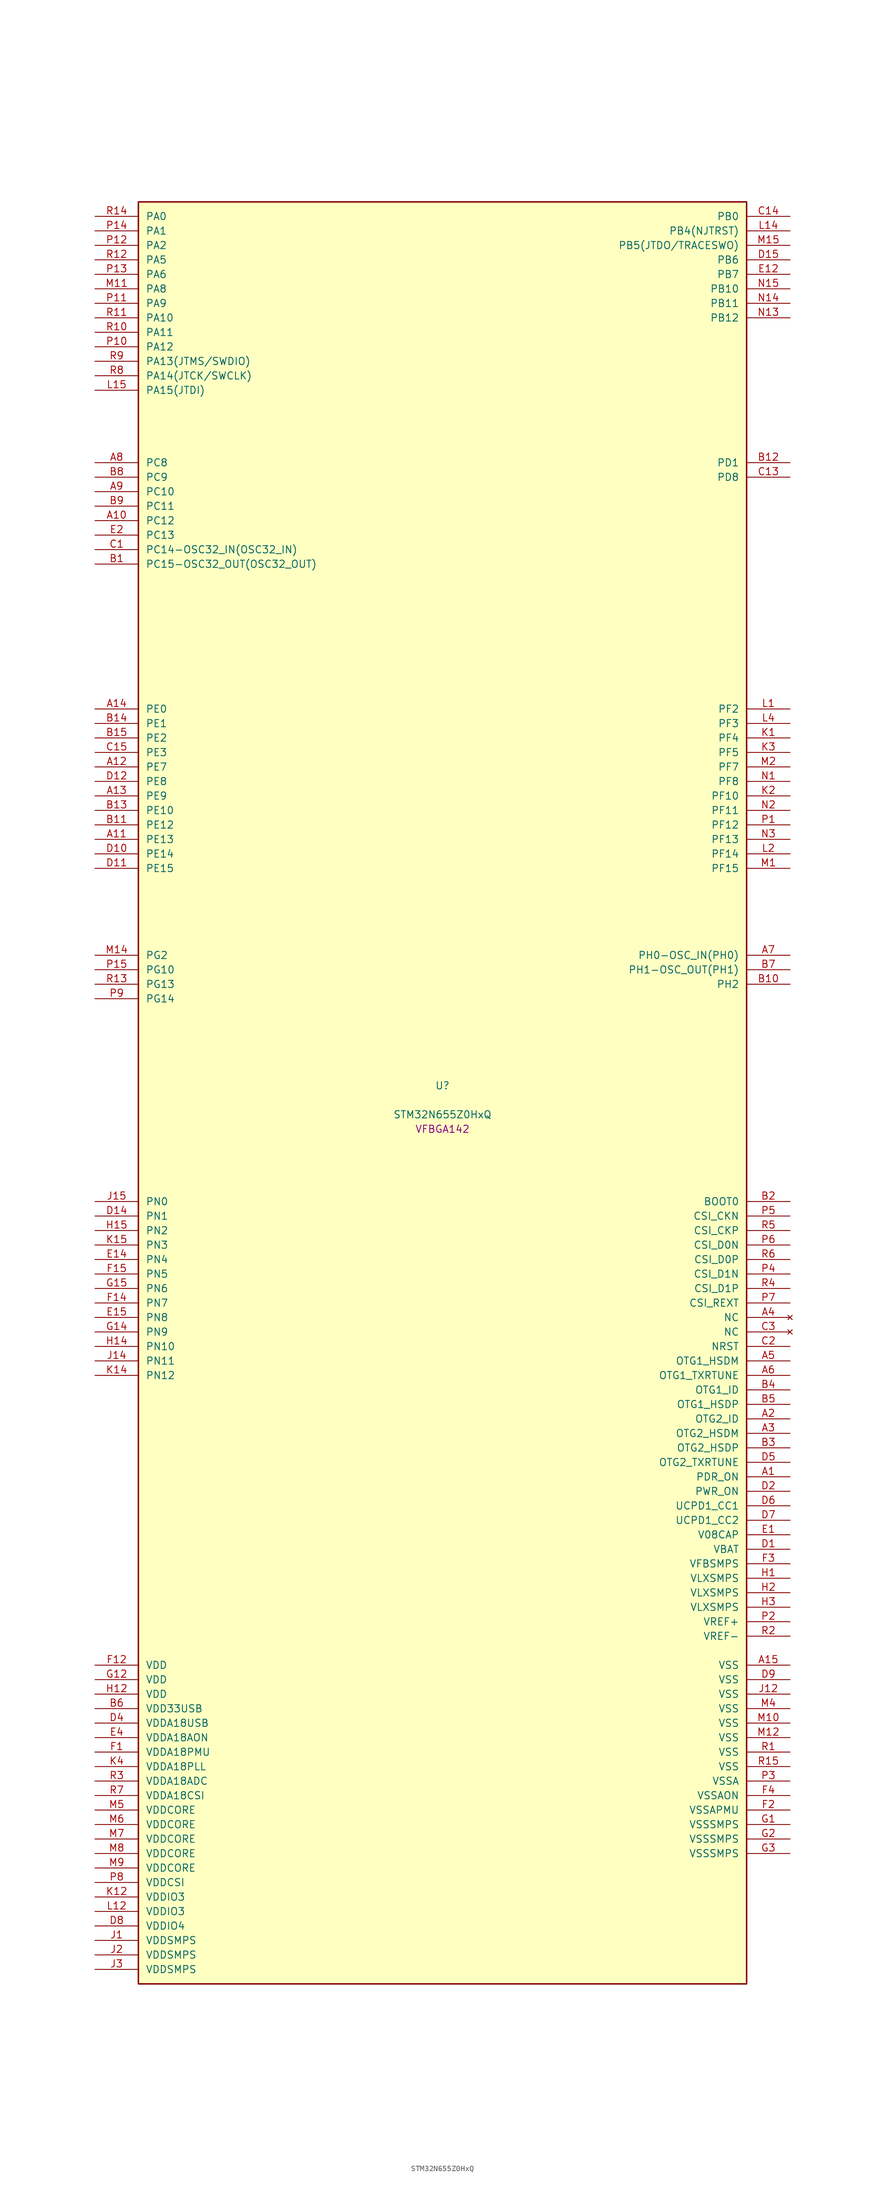
<source format=kicad_sym>
(kicad_symbol_lib
  (version 20241209)
  (generator "stm32_pkl_generator")
  (generator_version "1.0")
  (symbol "STM32N655Z0HxQ"
    (pin_names
      (offset 1.27))
    (property "Reference" "U"
      (at 0 2.54 0))
    (property "Value" "STM32N655Z0HxQ"
      (at 0 -2.54 0))
    (property "Footprint" "VFBGA142"
      (at 0 -5.08 0))
    (symbol "STM32N655Z0HxQ_1_1"
      (rectangle (start -53.34 157.48) (end 53.34 -154.94) (stroke (width 0.254) (type solid)) (fill (type background)))
      (pin bidirectional line (at -60.96 154.94 0) (length 7.62) (name "PA0") (number "R14") (alternate "PA0/ADC1_INN1" bidirectional line) (alternate "PA0/ADC1_INP0" bidirectional line) (alternate "PA0/ADC2_INN1" bidirectional line) (alternate "PA0/ADC2_INP0" bidirectional line) (alternate "PA0/HDP_HDP0" bidirectional line) (alternate "PA0/I2S6_WS" bidirectional line) (alternate "PA0/LTDC_G3" bidirectional line) (alternate "PA0/PWR_WKUP1" bidirectional line) (alternate "PA0/SAI2_SD_B" bidirectional line) (alternate "PA0/SPI6_NSS" bidirectional line) (alternate "PA0/TIM15_BKIN" bidirectional line) (alternate "PA0/TIM2_CH1" bidirectional line) (alternate "PA0/TIM9_CH1" bidirectional line) (alternate "PA0/UART4_TX" bidirectional line))
      (pin bidirectional line (at -60.96 152.4 0) (length 7.62) (name "PA1") (number "P14") (alternate "PA1/ADC1_INP1" bidirectional line) (alternate "PA1/ADC2_INP1" bidirectional line) (alternate "PA1/DCMIPP_D0" bidirectional line) (alternate "PA1/DCMI_D0" bidirectional line) (alternate "PA1/HDP_HDP1" bidirectional line) (alternate "PA1/LTDC_G2" bidirectional line) (alternate "PA1/PSSI_D0" bidirectional line) (alternate "PA1/SAI2_MCLK_B" bidirectional line) (alternate "PA1/TIM15_CH1N" bidirectional line) (alternate "PA1/TIM2_CH2" bidirectional line) (alternate "PA1/UART4_RX" bidirectional line))
      (pin bidirectional line (at -60.96 149.86 0) (length 7.62) (name "PA2") (number "P12") (alternate "PA2/ADC1_INP14" bidirectional line) (alternate "PA2/ADC2_INP14" bidirectional line) (alternate "PA2/HDP_HDP2" bidirectional line) (alternate "PA2/LTDC_B7" bidirectional line) (alternate "PA2/MDIOS_MDIO" bidirectional line) (alternate "PA2/PWR_WKUP2" bidirectional line) (alternate "PA2/SAI2_SCK_B" bidirectional line) (alternate "PA2/TIM15_CH1" bidirectional line) (alternate "PA2/TIM2_CH3" bidirectional line))
      (pin bidirectional line (at -60.96 147.32 0) (length 7.62) (name "PA5") (number "R12") (alternate "PA5/ADC2_INP18" bidirectional line) (alternate "PA5/DCMIPP_D8" bidirectional line) (alternate "PA5/DCMI_D8" bidirectional line) (alternate "PA5/HDP_HDP5" bidirectional line) (alternate "PA5/I2S1_CK" bidirectional line) (alternate "PA5/I2S6_CK" bidirectional line) (alternate "PA5/I3C1_SCL" bidirectional line) (alternate "PA5/LTDC_CLK" bidirectional line) (alternate "PA5/PSSI_D8" bidirectional line) (alternate "PA5/PWR_CSTOP" bidirectional line) (alternate "PA5/SPI1_SCK" bidirectional line) (alternate "PA5/SPI6_SCK" bidirectional line) (alternate "PA5/TIM10_CH1" bidirectional line) (alternate "PA5/TIM2_CH1" bidirectional line) (alternate "PA5/TIM2_ETR" bidirectional line) (alternate "PA5/TIM9_CH2" bidirectional line))
      (pin bidirectional line (at -60.96 144.78 0) (length 7.62) (name "PA6") (number "P13") (alternate "PA6/ADC1_INP3" bidirectional line) (alternate "PA6/ADC2_INP3" bidirectional line) (alternate "PA6/BOOT1" bidirectional line) (alternate "PA6/DCMIPP_PIXCLK" bidirectional line) (alternate "PA6/DCMI_PIXCLK" bidirectional line) (alternate "PA6/HDP_HDP6" bidirectional line) (alternate "PA6/I2S1_SDI" bidirectional line) (alternate "PA6/I2S6_SDI" bidirectional line) (alternate "PA6/I3C1_SDA" bidirectional line) (alternate "PA6/LTDC_B7" bidirectional line) (alternate "PA6/LTDC_HSYNC" bidirectional line) (alternate "PA6/MDIOS_MDC" bidirectional line) (alternate "PA6/PSSI_PDCK" bidirectional line) (alternate "PA6/SPI1_MISO" bidirectional line) (alternate "PA6/SPI6_MISO" bidirectional line) (alternate "PA6/TIM13_CH1" bidirectional line) (alternate "PA6/TIM3_CH1" bidirectional line))
      (pin bidirectional line (at -60.96 142.24 0) (length 7.62) (name "PA8") (number "M11") (alternate "PA8/ADC1_INP5" bidirectional line) (alternate "PA8/ADC2_INP5" bidirectional line) (alternate "PA8/HDP_HDP0" bidirectional line) (alternate "PA8/I2C3_SCL" bidirectional line) (alternate "PA8/I3C2_SCL" bidirectional line) (alternate "PA8/LTDC_B6" bidirectional line) (alternate "PA8/RCC_MCO_1" bidirectional line) (alternate "PA8/TIM11_CH1" bidirectional line) (alternate "PA8/UART7_RX" bidirectional line) (alternate "PA8/USART1_CK" bidirectional line))
      (pin bidirectional line (at -60.96 139.7 0) (length 7.62) (name "PA9") (number "P11") (alternate "PA9/ADC1_INP10" bidirectional line) (alternate "PA9/ADC2_INP10" bidirectional line) (alternate "PA9/DCMIPP_D0" bidirectional line) (alternate "PA9/DCMI_D0" bidirectional line) (alternate "PA9/HDP_HDP1" bidirectional line) (alternate "PA9/I2C3_SDA" bidirectional line) (alternate "PA9/I3C2_SDA" bidirectional line) (alternate "PA9/LPUART1_TX" bidirectional line) (alternate "PA9/LTDC_B5" bidirectional line) (alternate "PA9/PSSI_D0" bidirectional line) (alternate "PA9/USART1_TX" bidirectional line))
      (pin bidirectional line (at -60.96 137.16 0) (length 7.62) (name "PA10") (number "R11") (alternate "PA10/ADC1_INN10" bidirectional line) (alternate "PA10/ADC1_INP11" bidirectional line) (alternate "PA10/ADC2_INN10" bidirectional line) (alternate "PA10/ADC2_INP11" bidirectional line) (alternate "PA10/DCMIPP_D1" bidirectional line) (alternate "PA10/DCMI_D1" bidirectional line) (alternate "PA10/HDP_HDP2" bidirectional line) (alternate "PA10/LPUART1_RX" bidirectional line) (alternate "PA10/LTDC_B4" bidirectional line) (alternate "PA10/MDIOS_MDIO" bidirectional line) (alternate "PA10/PSSI_D1" bidirectional line) (alternate "PA10/PWR_CSLEEP" bidirectional line) (alternate "PA10/USART1_RX" bidirectional line))
      (pin bidirectional line (at -60.96 134.62 0) (length 7.62) (name "PA11") (number "R10") (alternate "PA11/ADC1_EXTI11" bidirectional line) (alternate "PA11/ADC1_INN11" bidirectional line) (alternate "PA11/ADC1_INP12" bidirectional line) (alternate "PA11/ADC2_EXTI11" bidirectional line) (alternate "PA11/ADC2_INN11" bidirectional line) (alternate "PA11/ADC2_INP12" bidirectional line) (alternate "PA11/FDCAN1_RX" bidirectional line) (alternate "PA11/HDP_HDP3" bidirectional line) (alternate "PA11/LPUART1_CTS" bidirectional line) (alternate "PA11/LTDC_B3" bidirectional line) (alternate "PA11/UART4_RX" bidirectional line) (alternate "PA11/USART1_CTS" bidirectional line) (alternate "PA11/USART1_NSS" bidirectional line))
      (pin bidirectional line (at -60.96 132.08 0) (length 7.62) (name "PA12") (number "P10") (alternate "PA12/ADC1_INN12" bidirectional line) (alternate "PA12/ADC1_INP13" bidirectional line) (alternate "PA12/ADC2_INN12" bidirectional line) (alternate "PA12/ADC2_INP13" bidirectional line) (alternate "PA12/FDCAN1_TX" bidirectional line) (alternate "PA12/HDP_HDP4" bidirectional line) (alternate "PA12/LPUART1_RTS" bidirectional line) (alternate "PA12/LTDC_B2" bidirectional line) (alternate "PA12/SAI2_FS_B" bidirectional line) (alternate "PA12/UART4_TX" bidirectional line) (alternate "PA12/USART1_RTS" bidirectional line))
      (pin bidirectional line (at -60.96 129.54 0) (length 7.62) (name "PA13(JTMS/SWDIO)") (number "R9") (alternate "PA13(JTMS/SWDIO)/DEBUG_JTMS-SWDIO" bidirectional line) (alternate "PA13(JTMS/SWDIO)/HDP_HDP5" bidirectional line))
      (pin bidirectional line (at -60.96 127 0) (length 7.62) (name "PA14(JTCK/SWCLK)") (number "R8") (alternate "PA14(JTCK/SWCLK)/DEBUG_JTCK-SWCLK" bidirectional line) (alternate "PA14(JTCK/SWCLK)/HDP_HDP6" bidirectional line))
      (pin bidirectional line (at -60.96 124.46 0) (length 7.62) (name "PA15(JTDI)") (number "L15") (alternate "PA15(JTDI)/ADC1_EXTI15" bidirectional line) (alternate "PA15(JTDI)/ADC2_EXTI15" bidirectional line) (alternate "PA15(JTDI)/DEBUG_JTDI" bidirectional line) (alternate "PA15(JTDI)/HDP_HDP7" bidirectional line) (alternate "PA15(JTDI)/I2S1_WS" bidirectional line) (alternate "PA15(JTDI)/I2S3_WS" bidirectional line) (alternate "PA15(JTDI)/I2S6_WS" bidirectional line) (alternate "PA15(JTDI)/LTDC_R5" bidirectional line) (alternate "PA15(JTDI)/SPI1_NSS" bidirectional line) (alternate "PA15(JTDI)/SPI3_NSS" bidirectional line) (alternate "PA15(JTDI)/SPI6_NSS" bidirectional line) (alternate "PA15(JTDI)/TIM2_CH1" bidirectional line) (alternate "PA15(JTDI)/TIM2_ETR" bidirectional line) (alternate "PA15(JTDI)/UART4_DE" bidirectional line) (alternate "PA15(JTDI)/UART4_RTS" bidirectional line) (alternate "PA15(JTDI)/UART7_TX" bidirectional line))
      (pin bidirectional line (at 60.96 154.94 180) (length 7.62) (name "PB0") (number "C14") (alternate "PB0/ADF1_SDI0" bidirectional line) (alternate "PB0/DCMIPP_D4" bidirectional line) (alternate "PB0/DCMI_D4" bidirectional line) (alternate "PB0/DEBUG_TRACED1" bidirectional line) (alternate "PB0/MDF1_SDI2" bidirectional line) (alternate "PB0/PSSI_D4" bidirectional line) (alternate "PB0/SAI1_D2" bidirectional line) (alternate "PB0/SAI1_FS_A" bidirectional line) (alternate "PB0/SPI4_NSS" bidirectional line) (alternate "PB0/TIM15_CH1N" bidirectional line))
      (pin bidirectional line (at 60.96 152.4 180) (length 7.62) (name "PB4(NJTRST)") (number "L14") (alternate "PB4(NJTRST)/DCMIPP_VSYNC" bidirectional line) (alternate "PB4(NJTRST)/DCMI_VSYNC" bidirectional line) (alternate "PB4(NJTRST)/DEBUG_NJTRST" bidirectional line) (alternate "PB4(NJTRST)/HDP_HDP4" bidirectional line) (alternate "PB4(NJTRST)/I2S1_SDI" bidirectional line) (alternate "PB4(NJTRST)/I2S3_SDI" bidirectional line) (alternate "PB4(NJTRST)/I2S6_SDI" bidirectional line) (alternate "PB4(NJTRST)/LTDC_R3" bidirectional line) (alternate "PB4(NJTRST)/PSSI_RDY" bidirectional line) (alternate "PB4(NJTRST)/SPI1_MISO" bidirectional line) (alternate "PB4(NJTRST)/SPI3_MISO" bidirectional line) (alternate "PB4(NJTRST)/SPI6_MISO" bidirectional line) (alternate "PB4(NJTRST)/TIM3_CH1" bidirectional line) (alternate "PB4(NJTRST)/UART7_TX" bidirectional line))
      (pin bidirectional line (at 60.96 149.86 180) (length 7.62) (name "PB5(JTDO/TRACESWO)") (number "M15") (alternate "PB5(JTDO/TRACESWO)/DCMIPP_D10" bidirectional line) (alternate "PB5(JTDO/TRACESWO)/DCMI_D10" bidirectional line) (alternate "PB5(JTDO/TRACESWO)/DEBUG_JTDO-SWO" bidirectional line) (alternate "PB5(JTDO/TRACESWO)/FDCAN2_RX" bidirectional line) (alternate "PB5(JTDO/TRACESWO)/HDP_HDP5" bidirectional line) (alternate "PB5(JTDO/TRACESWO)/I2S1_SDO" bidirectional line) (alternate "PB5(JTDO/TRACESWO)/I2S3_SDO" bidirectional line) (alternate "PB5(JTDO/TRACESWO)/I2S6_SDO" bidirectional line) (alternate "PB5(JTDO/TRACESWO)/LTDC_R2" bidirectional line) (alternate "PB5(JTDO/TRACESWO)/PSSI_D10" bidirectional line) (alternate "PB5(JTDO/TRACESWO)/SPI1_MOSI" bidirectional line) (alternate "PB5(JTDO/TRACESWO)/SPI3_MOSI" bidirectional line) (alternate "PB5(JTDO/TRACESWO)/SPI6_MOSI" bidirectional line) (alternate "PB5(JTDO/TRACESWO)/TIM3_CH2" bidirectional line) (alternate "PB5(JTDO/TRACESWO)/UART5_RX" bidirectional line))
      (pin bidirectional line (at 60.96 147.32 180) (length 7.62) (name "PB6") (number "D15") (alternate "PB6/ADF1_CCK1" bidirectional line) (alternate "PB6/DCMIPP_D6" bidirectional line) (alternate "PB6/DCMI_D6" bidirectional line) (alternate "PB6/DEBUG_TRACED2" bidirectional line) (alternate "PB6/MDF1_CCK1" bidirectional line) (alternate "PB6/PSSI_D6" bidirectional line) (alternate "PB6/SAI1_CK2" bidirectional line) (alternate "PB6/SAI1_SCK_A" bidirectional line) (alternate "PB6/SPI4_MISO" bidirectional line) (alternate "PB6/TIM15_CH1" bidirectional line))
      (pin bidirectional line (at 60.96 144.78 180) (length 7.62) (name "PB7") (number "E12") (alternate "PB7/ADF1_SDI0" bidirectional line) (alternate "PB7/DCMIPP_D7" bidirectional line) (alternate "PB7/DCMI_D7" bidirectional line) (alternate "PB7/DEBUG_TRACED3" bidirectional line) (alternate "PB7/MDF1_SDI1" bidirectional line) (alternate "PB7/PSSI_D7" bidirectional line) (alternate "PB7/SAI1_D1" bidirectional line) (alternate "PB7/SAI1_SD_A" bidirectional line) (alternate "PB7/SAI2_MCLK_B" bidirectional line) (alternate "PB7/SPI4_MOSI" bidirectional line) (alternate "PB7/TIM15_CH2" bidirectional line))
      (pin bidirectional line (at 60.96 142.24 180) (length 7.62) (name "PB10") (number "N15") (alternate "PB10/ADC1_INN4" bidirectional line) (alternate "PB10/ADC1_INP8" bidirectional line) (alternate "PB10/ADC2_INN4" bidirectional line) (alternate "PB10/ADC2_INP8" bidirectional line) (alternate "PB10/HDP_HDP2" bidirectional line) (alternate "PB10/I2C2_SCL" bidirectional line) (alternate "PB10/I3C2_SCL" bidirectional line) (alternate "PB10/LPTIM2_IN1" bidirectional line) (alternate "PB10/LTDC_G7" bidirectional line) (alternate "PB10/TIM2_CH3" bidirectional line) (alternate "PB10/USART3_TX" bidirectional line))
      (pin bidirectional line (at 60.96 139.7 180) (length 7.62) (name "PB11") (number "N14") (alternate "PB11/ADC1_EXTI11" bidirectional line) (alternate "PB11/ADC1_INP4" bidirectional line) (alternate "PB11/ADC2_EXTI11" bidirectional line) (alternate "PB11/ADC2_INP4" bidirectional line) (alternate "PB11/HDP_HDP3" bidirectional line) (alternate "PB11/I2C2_SDA" bidirectional line) (alternate "PB11/I3C2_SDA" bidirectional line) (alternate "PB11/LPTIM2_ETR" bidirectional line) (alternate "PB11/LTDC_G6" bidirectional line) (alternate "PB11/TIM2_CH4" bidirectional line) (alternate "PB11/USART3_RX" bidirectional line))
      (pin bidirectional line (at 60.96 137.16 180) (length 7.62) (name "PB12") (number "N13") (alternate "PB12/FDCAN2_RX" bidirectional line) (alternate "PB12/HDP_HDP4" bidirectional line) (alternate "PB12/I2C2_SMBA" bidirectional line) (alternate "PB12/LPTIM2_IN2" bidirectional line) (alternate "PB12/LTDC_G5" bidirectional line) (alternate "PB12/UART5_RX" bidirectional line) (alternate "PB12/USART3_CK" bidirectional line))
      (pin bidirectional line (at -60.96 111.76 0) (length 7.62) (name "PC8") (number "A8") (alternate "PC8/DCMIPP_D2" bidirectional line) (alternate "PC8/DCMI_D2" bidirectional line) (alternate "PC8/DEBUG_TRACED1" bidirectional line) (alternate "PC8/HDP_HDP0" bidirectional line) (alternate "PC8/I2C3_SMBA" bidirectional line) (alternate "PC8/LTDC_B0" bidirectional line) (alternate "PC8/PSSI_D2" bidirectional line) (alternate "PC8/TIM3_CH3" bidirectional line) (alternate "PC8/UART5_DE" bidirectional line) (alternate "PC8/UART5_RTS" bidirectional line) (alternate "PC8/UCPD1_FRSTX1" bidirectional line))
      (pin bidirectional line (at -60.96 109.22 0) (length 7.62) (name "PC9") (number "B8") (alternate "PC9/AUDIOCLK" bidirectional line) (alternate "PC9/DCMIPP_D3" bidirectional line) (alternate "PC9/DCMI_D3" bidirectional line) (alternate "PC9/HDP_HDP1" bidirectional line) (alternate "PC9/I2C3_SDA" bidirectional line) (alternate "PC9/LTDC_B3" bidirectional line) (alternate "PC9/PSSI_D3" bidirectional line) (alternate "PC9/RCC_MCO_2" bidirectional line) (alternate "PC9/TIM3_CH4" bidirectional line) (alternate "PC9/UART5_CTS" bidirectional line) (alternate "PC9/UCPD1_FRSTX2" bidirectional line))
      (pin bidirectional line (at -60.96 106.68 0) (length 7.62) (name "PC10") (number "A9") (alternate "PC10/DCMIPP_D14" bidirectional line) (alternate "PC10/HDP_HDP2" bidirectional line) (alternate "PC10/I2C4_SCL" bidirectional line) (alternate "PC10/I2S3_CK" bidirectional line) (alternate "PC10/I3C2_SCL" bidirectional line) (alternate "PC10/PSSI_D14" bidirectional line) (alternate "PC10/SPI3_SCK" bidirectional line) (alternate "PC10/UART4_TX" bidirectional line) (alternate "PC10/USART3_TX" bidirectional line))
      (pin bidirectional line (at -60.96 104.14 0) (length 7.62) (name "PC11") (number "B9") (alternate "PC11/ADC1_EXTI11" bidirectional line) (alternate "PC11/ADC2_EXTI11" bidirectional line) (alternate "PC11/DCMIPP_D4" bidirectional line) (alternate "PC11/DCMI_D4" bidirectional line) (alternate "PC11/HDP_HDP3" bidirectional line) (alternate "PC11/I2C4_SDA" bidirectional line) (alternate "PC11/I2S3_SDI" bidirectional line) (alternate "PC11/I3C2_SDA" bidirectional line) (alternate "PC11/PSSI_D4" bidirectional line) (alternate "PC11/SPI3_MISO" bidirectional line) (alternate "PC11/UART4_RX" bidirectional line) (alternate "PC11/USART3_RX" bidirectional line))
      (pin bidirectional line (at -60.96 101.6 0) (length 7.62) (name "PC12") (number "A10") (alternate "PC12/DCMIPP_D9" bidirectional line) (alternate "PC12/DCMI_D9" bidirectional line) (alternate "PC12/DEBUG_TRACED3" bidirectional line) (alternate "PC12/HDP_HDP4" bidirectional line) (alternate "PC12/I2S3_SDO" bidirectional line) (alternate "PC12/I2S6_CK" bidirectional line) (alternate "PC12/PSSI_D9" bidirectional line) (alternate "PC12/SPI3_MOSI" bidirectional line) (alternate "PC12/SPI6_SCK" bidirectional line) (alternate "PC12/TIM15_CH1" bidirectional line) (alternate "PC12/UART5_TX" bidirectional line) (alternate "PC12/USART3_CK" bidirectional line))
      (pin bidirectional line (at -60.96 99.06 0) (length 7.62) (name "PC13") (number "E2") (alternate "PC13/HDP_HDP5" bidirectional line) (alternate "PC13/PWR_WKUP3" bidirectional line) (alternate "PC13/RTC_OUT1" bidirectional line) (alternate "PC13/RTC_TS" bidirectional line) (alternate "PC13/TAMP_IN1" bidirectional line) (alternate "PC13/TAMP_OUT2" bidirectional line))
      (pin bidirectional line (at -60.96 96.52 0) (length 7.62) (name "PC14-OSC32_IN(OSC32_IN)") (number "C1") (alternate "PC14-OSC32_IN(OSC32_IN)/RCC_OSC32_IN" bidirectional line))
      (pin bidirectional line (at -60.96 93.98 0) (length 7.62) (name "PC15-OSC32_OUT(OSC32_OUT)") (number "B1") (alternate "PC15-OSC32_OUT(OSC32_OUT)/ADC1_EXTI15" bidirectional line) (alternate "PC15-OSC32_OUT(OSC32_OUT)/ADC2_EXTI15" bidirectional line) (alternate "PC15-OSC32_OUT(OSC32_OUT)/RCC_OSC32_OUT" bidirectional line))
      (pin bidirectional line (at 60.96 111.76 180) (length 7.62) (name "PD1") (number "B12") (alternate "PD1/FDCAN1_TX" bidirectional line) (alternate "PD1/UART4_TX" bidirectional line))
      (pin bidirectional line (at 60.96 109.22 180) (length 7.62) (name "PD8") (number "C13") (alternate "PD8/DCMIPP_D11" bidirectional line) (alternate "PD8/DCMI_D11" bidirectional line) (alternate "PD8/LTDC_R7" bidirectional line) (alternate "PD8/PSSI_D11" bidirectional line) (alternate "PD8/TAMP_IN3" bidirectional line) (alternate "PD8/TAMP_OUT4" bidirectional line) (alternate "PD8/USART3_TX" bidirectional line))
      (pin bidirectional line (at -60.96 68.58 0) (length 7.62) (name "PE0") (number "A14") (alternate "PE0/DCMIPP_D2" bidirectional line) (alternate "PE0/DCMI_D2" bidirectional line) (alternate "PE0/LPTIM2_ETR" bidirectional line) (alternate "PE0/PSSI_D2" bidirectional line) (alternate "PE0/SAI2_MCLK_A" bidirectional line) (alternate "PE0/TAMP_IN6" bidirectional line) (alternate "PE0/TAMP_OUT5" bidirectional line) (alternate "PE0/USART3_RX" bidirectional line))
      (pin bidirectional line (at -60.96 66.04 0) (length 7.62) (name "PE1") (number "B14") (alternate "PE1/DCMIPP_D8" bidirectional line) (alternate "PE1/DCMI_D8" bidirectional line) (alternate "PE1/LPTIM2_CH2" bidirectional line) (alternate "PE1/PSSI_D8" bidirectional line) (alternate "PE1/USART3_TX" bidirectional line))
      (pin bidirectional line (at -60.96 63.5 0) (length 7.62) (name "PE2") (number "B15") (alternate "PE2/ADF1_CCK0" bidirectional line) (alternate "PE2/DEBUG_TRACECLK" bidirectional line) (alternate "PE2/MDF1_CCK0" bidirectional line) (alternate "PE2/SAI1_CK1" bidirectional line) (alternate "PE2/SAI1_MCLK_A" bidirectional line) (alternate "PE2/SPI4_SCK" bidirectional line) (alternate "PE2/UCPD1_FRSTX1" bidirectional line))
      (pin bidirectional line (at -60.96 60.96 0) (length 7.62) (name "PE3") (number "C15") (alternate "PE3/DEBUG_TRACED0" bidirectional line) (alternate "PE3/MDF1_CKI2" bidirectional line) (alternate "PE3/SAI1_SD_B" bidirectional line) (alternate "PE3/TIM15_BKIN" bidirectional line))
      (pin bidirectional line (at -60.96 58.42 0) (length 7.62) (name "PE7") (number "A12") (alternate "PE7/MDF1_CKI0" bidirectional line) (alternate "PE7/SAI2_SD_B" bidirectional line) (alternate "PE7/UART7_RX" bidirectional line))
      (pin bidirectional line (at -60.96 55.88 0) (length 7.62) (name "PE8") (number "D12") (alternate "PE8/DCMIPP_D4" bidirectional line) (alternate "PE8/DCMI_D4" bidirectional line) (alternate "PE8/MDF1_SDI0" bidirectional line) (alternate "PE8/PSSI_D4" bidirectional line) (alternate "PE8/UART7_TX" bidirectional line) (alternate "PE8/USART3_TX" bidirectional line))
      (pin bidirectional line (at -60.96 53.34 0) (length 7.62) (name "PE9") (number "A13") (alternate "PE9/MDF1_CKI4" bidirectional line) (alternate "PE9/UART7_RTS" bidirectional line))
      (pin bidirectional line (at -60.96 50.8 0) (length 7.62) (name "PE10") (number "B13") (alternate "PE10/DCMIPP_D3" bidirectional line) (alternate "PE10/DCMI_D3" bidirectional line) (alternate "PE10/DEBUG_TRACECLK" bidirectional line) (alternate "PE10/MDF1_SDI4" bidirectional line) (alternate "PE10/PSSI_D3" bidirectional line) (alternate "PE10/UART7_CTS" bidirectional line) (alternate "PE10/USART3_RX" bidirectional line))
      (pin bidirectional line (at -60.96 48.26 0) (length 7.62) (name "PE12") (number "B11") (alternate "PE12/FDCAN3_RX" bidirectional line) (alternate "PE12/MDF1_SDI5" bidirectional line) (alternate "PE12/SAI2_SCK_B" bidirectional line) (alternate "PE12/SPI4_SCK" bidirectional line))
      (pin bidirectional line (at -60.96 45.72 0) (length 7.62) (name "PE13") (number "A11") (alternate "PE13/ADF1_CCK0" bidirectional line) (alternate "PE13/I2C4_SCL" bidirectional line) (alternate "PE13/SAI2_FS_B" bidirectional line) (alternate "PE13/SPI4_MISO" bidirectional line))
      (pin bidirectional line (at -60.96 43.18 0) (length 7.62) (name "PE14") (number "D10") (alternate "PE14/ADF1_CCK1" bidirectional line) (alternate "PE14/GFXTIM_FCKCAL" bidirectional line) (alternate "PE14/GFXTIM_LCKCAL" bidirectional line) (alternate "PE14/I2C4_SDA" bidirectional line) (alternate "PE14/SAI2_MCLK_B" bidirectional line) (alternate "PE14/SPI4_MOSI" bidirectional line))
      (pin bidirectional line (at -60.96 40.64 0) (length 7.62) (name "PE15") (number "D11") (alternate "PE15/ADC1_EXTI15" bidirectional line) (alternate "PE15/ADC2_EXTI15" bidirectional line) (alternate "PE15/GFXTIM_FCKCAL" bidirectional line) (alternate "PE15/GFXTIM_LCKCAL" bidirectional line) (alternate "PE15/I2C4_SMBA" bidirectional line) (alternate "PE15/SPI5_SCK" bidirectional line))
      (pin bidirectional line (at 60.96 68.58 180) (length 7.62) (name "PF2") (number "L1") (alternate "PF2/FDCAN3_TX" bidirectional line) (alternate "PF2/LTDC_B1" bidirectional line))
      (pin bidirectional line (at 60.96 66.04 180) (length 7.62) (name "PF3") (number "L4") (alternate "PF3/ADC1_INP16" bidirectional line) (alternate "PF3/DCMIPP_HSYNC" bidirectional line) (alternate "PF3/DCMI_HSYNC" bidirectional line) (alternate "PF3/FDCAN3_RX" bidirectional line) (alternate "PF3/LTDC_R4" bidirectional line) (alternate "PF3/PSSI_DE" bidirectional line))
      (pin bidirectional line (at 60.96 63.5 180) (length 7.62) (name "PF4") (number "K1") (alternate "PF4/ADC1_INP18" bidirectional line) (alternate "PF4/DCMIPP_HSYNC" bidirectional line) (alternate "PF4/DCMI_HSYNC" bidirectional line) (alternate "PF4/HDP_HDP4" bidirectional line) (alternate "PF4/I2S1_WS" bidirectional line) (alternate "PF4/I2S3_WS" bidirectional line) (alternate "PF4/I2S6_WS" bidirectional line) (alternate "PF4/LTDC_R3" bidirectional line) (alternate "PF4/PSSI_DE" bidirectional line) (alternate "PF4/SPI1_NSS" bidirectional line) (alternate "PF4/SPI3_NSS" bidirectional line) (alternate "PF4/SPI6_NSS" bidirectional line))
      (pin bidirectional line (at 60.96 60.96 180) (length 7.62) (name "PF5") (number "K3") (alternate "PF5/DCMIPP_D6" bidirectional line) (alternate "PF5/DCMI_D6" bidirectional line) (alternate "PF5/LPTIM2_IN2" bidirectional line) (alternate "PF5/LTDC_G0" bidirectional line) (alternate "PF5/PSSI_D6" bidirectional line) (alternate "PF5/SAI2_SD_A" bidirectional line) (alternate "PF5/USART3_CTS" bidirectional line) (alternate "PF5/USART3_NSS" bidirectional line))
      (pin bidirectional line (at 60.96 58.42 180) (length 7.62) (name "PF7") (number "M2") (alternate "PF7/ADC1_INN5" bidirectional line) (alternate "PF7/ADC1_INP9" bidirectional line) (alternate "PF7/ADC2_INN5" bidirectional line) (alternate "PF7/ADC2_INP9" bidirectional line) (alternate "PF7/GFXTIM_TE" bidirectional line) (alternate "PF7/HDP_HDP0" bidirectional line) (alternate "PF7/I2S1_CK" bidirectional line) (alternate "PF7/LTDC_VSYNC" bidirectional line) (alternate "PF7/SPI1_SCK" bidirectional line) (alternate "PF7/TIM3_CH3" bidirectional line) (alternate "PF7/TIM9_CH1" bidirectional line) (alternate "PF7/UART4_CTS" bidirectional line))
      (pin bidirectional line (at 60.96 55.88 180) (length 7.62) (name "PF8") (number "N1") (alternate "PF8/DEBUG_TRACECLK" bidirectional line) (alternate "PF8/LTDC_R6" bidirectional line))
      (pin bidirectional line (at 60.96 53.34 180) (length 7.62) (name "PF10") (number "K2") (alternate "PF10/DCMIPP_D11" bidirectional line) (alternate "PF10/DCMIPP_D15" bidirectional line) (alternate "PF10/DCMI_D11" bidirectional line) (alternate "PF10/LTDC_R1" bidirectional line) (alternate "PF10/MDF1_SDI3" bidirectional line) (alternate "PF10/PSSI_D11" bidirectional line) (alternate "PF10/PSSI_D15" bidirectional line) (alternate "PF10/SAI1_D3" bidirectional line) (alternate "PF10/UART7_RX" bidirectional line) (alternate "PF10/UCPD1_FRSTX1" bidirectional line))
      (pin bidirectional line (at 60.96 50.8 180) (length 7.62) (name "PF11") (number "N2") (alternate "PF11/ADC1_EXTI11" bidirectional line) (alternate "PF11/ADC1_INP2" bidirectional line) (alternate "PF11/ADC2_EXTI11" bidirectional line) (alternate "PF11/DCMIPP_D15" bidirectional line) (alternate "PF11/LTDC_B0" bidirectional line) (alternate "PF11/PSSI_D15" bidirectional line) (alternate "PF11/SAI2_SD_B" bidirectional line) (alternate "PF11/SPI5_MOSI" bidirectional line))
      (pin bidirectional line (at 60.96 48.26 180) (length 7.62) (name "PF12") (number "P1") (alternate "PF12/ADC1_INN2" bidirectional line) (alternate "PF12/ADC1_INP6" bidirectional line) (alternate "PF12/DCMIPP_D13" bidirectional line) (alternate "PF12/DCMI_D13" bidirectional line) (alternate "PF12/PSSI_D13" bidirectional line) (alternate "PF12/SPI5_MISO" bidirectional line) (alternate "PF12/USART1_RX" bidirectional line))
      (pin bidirectional line (at 60.96 45.72 180) (length 7.62) (name "PF13") (number "N3") (alternate "PF13/ADC2_INP2" bidirectional line) (alternate "PF13/DCMIPP_D10" bidirectional line) (alternate "PF13/DCMI_D10" bidirectional line) (alternate "PF13/PSSI_D10" bidirectional line) (alternate "PF13/SPI5_NSS" bidirectional line) (alternate "PF13/USART1_TX" bidirectional line))
      (pin bidirectional line (at 60.96 43.18 180) (length 7.62) (name "PF14") (number "L2") (alternate "PF14/ADC2_INN2" bidirectional line) (alternate "PF14/ADC2_INP6" bidirectional line) (alternate "PF14/LTDC_G0" bidirectional line) (alternate "PF14/SPI5_MOSI" bidirectional line) (alternate "PF14/TIM2_CH2" bidirectional line) (alternate "PF14/USART1_CTS" bidirectional line))
      (pin bidirectional line (at 60.96 40.64 180) (length 7.62) (name "PF15") (number "M1") (alternate "PF15/ADC1_EXTI15" bidirectional line) (alternate "PF15/ADC2_EXTI15" bidirectional line) (alternate "PF15/LTDC_G1" bidirectional line) (alternate "PF15/SPI5_SCK" bidirectional line) (alternate "PF15/USART1_RTS" bidirectional line))
      (pin bidirectional line (at -60.96 25.4 0) (length 7.62) (name "PG2") (number "M14") (alternate "PG2/DCMIPP_D6" bidirectional line) (alternate "PG2/DCMI_D6" bidirectional line) (alternate "PG2/LTDC_R0" bidirectional line) (alternate "PG2/PSSI_D6" bidirectional line) (alternate "PG2/SAI1_FS_B" bidirectional line) (alternate "PG2/SAI2_MCLK_B" bidirectional line) (alternate "PG2/SPI5_MOSI" bidirectional line) (alternate "PG2/TIM14_CH1" bidirectional line) (alternate "PG2/UART7_CTS" bidirectional line) (alternate "PG2/USART3_RTS" bidirectional line))
      (pin bidirectional line (at -60.96 22.86 0) (length 7.62) (name "PG10") (number "P15") (alternate "PG10/DCMIPP_D2" bidirectional line) (alternate "PG10/DCMI_D2" bidirectional line) (alternate "PG10/FDCAN2_TX" bidirectional line) (alternate "PG10/HDP_HDP5" bidirectional line) (alternate "PG10/LPTIM2_CH1" bidirectional line) (alternate "PG10/LTDC_G4" bidirectional line) (alternate "PG10/PSSI_D2" bidirectional line) (alternate "PG10/UART5_TX" bidirectional line) (alternate "PG10/USART3_CTS" bidirectional line) (alternate "PG10/USART3_NSS" bidirectional line))
      (pin bidirectional line (at -60.96 20.32 0) (length 7.62) (name "PG13") (number "R13") (alternate "PG13/DCMIPP_D12" bidirectional line) (alternate "PG13/DCMI_D12" bidirectional line) (alternate "PG13/LPTIM2_IN1" bidirectional line) (alternate "PG13/LTDC_DE" bidirectional line) (alternate "PG13/PSSI_D12" bidirectional line) (alternate "PG13/SAI2_FS_A" bidirectional line) (alternate "PG13/USART3_RTS" bidirectional line))
      (pin bidirectional line (at -60.96 17.78 0) (length 7.62) (name "PG14") (number "P9") (alternate "PG14/DCMIPP_D11" bidirectional line) (alternate "PG14/DCMI_D11" bidirectional line) (alternate "PG14/DEBUG_TRACED1" bidirectional line) (alternate "PG14/I2S6_SDO" bidirectional line) (alternate "PG14/LTDC_B1" bidirectional line) (alternate "PG14/PSSI_D11" bidirectional line) (alternate "PG14/SPI6_MOSI" bidirectional line))
      (pin bidirectional line (at 60.96 25.4 180) (length 7.62) (name "PH0-OSC_IN(PH0)") (number "A7") (alternate "PH0-OSC_IN(PH0)/RCC_OSC_IN" bidirectional line))
      (pin bidirectional line (at 60.96 22.86 180) (length 7.62) (name "PH1-OSC_OUT(PH1)") (number "B7") (alternate "PH1-OSC_OUT(PH1)/RCC_OSC_OUT" bidirectional line))
      (pin bidirectional line (at 60.96 20.32 180) (length 7.62) (name "PH2") (number "B10") (alternate "PH2/DCMIPP_D11" bidirectional line) (alternate "PH2/DCMI_D11" bidirectional line) (alternate "PH2/DEBUG_TRACED2" bidirectional line) (alternate "PH2/FDCAN1_TX" bidirectional line) (alternate "PH2/PSSI_D11" bidirectional line) (alternate "PH2/TIM15_BKIN" bidirectional line) (alternate "PH2/TIM3_ETR" bidirectional line) (alternate "PH2/UART5_RX" bidirectional line))
      (pin bidirectional line (at -60.96 -17.78 0) (length 7.62) (name "PN0") (number "J15") (alternate "PN0/XSPIM_P2_DQS0" bidirectional line))
      (pin bidirectional line (at -60.96 -20.32 0) (length 7.62) (name "PN1") (number "D14") (alternate "PN1/XSPIM_P2_NCS1" bidirectional line))
      (pin bidirectional line (at -60.96 -22.86 0) (length 7.62) (name "PN2") (number "H15") (alternate "PN2/XSPIM_P2_IO0" bidirectional line))
      (pin bidirectional line (at -60.96 -25.4 0) (length 7.62) (name "PN3") (number "K15") (alternate "PN3/XSPIM_P2_IO1" bidirectional line))
      (pin bidirectional line (at -60.96 -27.94 0) (length 7.62) (name "PN4") (number "E14") (alternate "PN4/XSPIM_P2_IO2" bidirectional line))
      (pin bidirectional line (at -60.96 -30.48 0) (length 7.62) (name "PN5") (number "F15") (alternate "PN5/XSPIM_P2_IO3" bidirectional line))
      (pin bidirectional line (at -60.96 -33.02 0) (length 7.62) (name "PN6") (number "G15") (alternate "PN6/XSPIM_P2_CLK" bidirectional line))
      (pin bidirectional line (at -60.96 -35.56 0) (length 7.62) (name "PN7") (number "F14") (alternate "PN7/XSPIM_P2_NCLK" bidirectional line))
      (pin bidirectional line (at -60.96 -38.1 0) (length 7.62) (name "PN8") (number "E15") (alternate "PN8/XSPIM_P2_IO4" bidirectional line))
      (pin bidirectional line (at -60.96 -40.64 0) (length 7.62) (name "PN9") (number "G14") (alternate "PN9/DCMIPP_D5" bidirectional line) (alternate "PN9/DCMI_D5" bidirectional line) (alternate "PN9/PSSI_D5" bidirectional line) (alternate "PN9/XSPIM_P2_IO5" bidirectional line))
      (pin bidirectional line (at -60.96 -43.18 0) (length 7.62) (name "PN10") (number "H14") (alternate "PN10/LTDC_B4" bidirectional line) (alternate "PN10/XSPIM_P2_IO6" bidirectional line))
      (pin bidirectional line (at -60.96 -45.72 0) (length 7.62) (name "PN11") (number "J14") (alternate "PN11/ADC1_EXTI11" bidirectional line) (alternate "PN11/ADC2_EXTI11" bidirectional line) (alternate "PN11/LTDC_B6" bidirectional line) (alternate "PN11/XSPIM_P2_IO7" bidirectional line))
      (pin bidirectional line (at -60.96 -48.26 0) (length 7.62) (name "PN12") (number "K14") (alternate "PN12/XSPIM_P2_NCS2" bidirectional line))
      (pin input line (at 60.96 -17.78 180) (length 7.62) (name "BOOT0") (number "B2"))
      (pin bidirectional line (at 60.96 -20.32 180) (length 7.62) (name "CSI_CKN") (number "P5") (alternate "CSI_CKN/CSI_CKN" bidirectional line))
      (pin bidirectional line (at 60.96 -22.86 180) (length 7.62) (name "CSI_CKP") (number "R5") (alternate "CSI_CKP/CSI_CKP" bidirectional line))
      (pin bidirectional line (at 60.96 -25.4 180) (length 7.62) (name "CSI_D0N") (number "P6") (alternate "CSI_D0N/CSI_D0N" bidirectional line))
      (pin bidirectional line (at 60.96 -27.94 180) (length 7.62) (name "CSI_D0P") (number "R6") (alternate "CSI_D0P/CSI_D0P" bidirectional line))
      (pin bidirectional line (at 60.96 -30.48 180) (length 7.62) (name "CSI_D1N") (number "P4") (alternate "CSI_D1N/CSI_D1N" bidirectional line))
      (pin bidirectional line (at 60.96 -33.02 180) (length 7.62) (name "CSI_D1P") (number "R4") (alternate "CSI_D1P/CSI_D1P" bidirectional line))
      (pin bidirectional line (at 60.96 -35.56 180) (length 7.62) (name "CSI_REXT") (number "P7") (alternate "CSI_REXT/CSI_REXT" bidirectional line))
      (pin no_connect line (at 60.96 -38.1 180) (length 7.62) (name "NC") (number "A4"))
      (pin no_connect line (at 60.96 -40.64 180) (length 7.62) (name "NC") (number "C3"))
      (pin input line (at 60.96 -43.18 180) (length 7.62) (name "NRST") (number "C2"))
      (pin bidirectional line (at 60.96 -45.72 180) (length 7.62) (name "OTG1_HSDM") (number "A5") (alternate "OTG1_HSDM/USB1_OTG_HS_DM" bidirectional line))
      (pin bidirectional line (at 60.96 -48.26 180) (length 7.62) (name "OTG1_TXRTUNE") (number "A6"))
      (pin bidirectional line (at 60.96 -50.8 180) (length 7.62) (name "OTG1_ID") (number "B4") (alternate "OTG1_ID/USB1_OTG_HS_ID" bidirectional line))
      (pin bidirectional line (at 60.96 -53.34 180) (length 7.62) (name "OTG1_HSDP") (number "B5") (alternate "OTG1_HSDP/USB1_OTG_HS_DP" bidirectional line))
      (pin bidirectional line (at 60.96 -55.88 180) (length 7.62) (name "OTG2_ID") (number "A2") (alternate "OTG2_ID/USB2_OTG_HS_ID" bidirectional line))
      (pin bidirectional line (at 60.96 -58.42 180) (length 7.62) (name "OTG2_HSDM") (number "A3") (alternate "OTG2_HSDM/USB2_OTG_HS_DM" bidirectional line))
      (pin bidirectional line (at 60.96 -60.96 180) (length 7.62) (name "OTG2_HSDP") (number "B3") (alternate "OTG2_HSDP/USB2_OTG_HS_DP" bidirectional line))
      (pin bidirectional line (at 60.96 -63.5 180) (length 7.62) (name "OTG2_TXRTUNE") (number "D5"))
      (pin bidirectional line (at 60.96 -66.04 180) (length 7.62) (name "PDR_ON") (number "A1"))
      (pin bidirectional line (at 60.96 -68.58 180) (length 7.62) (name "PWR_ON") (number "D2"))
      (pin bidirectional line (at 60.96 -71.12 180) (length 7.62) (name "UCPD1_CC1") (number "D6") (alternate "UCPD1_CC1/UCPD1_CC1" bidirectional line))
      (pin bidirectional line (at 60.96 -73.66 180) (length 7.62) (name "UCPD1_CC2") (number "D7") (alternate "UCPD1_CC2/UCPD1_CC2" bidirectional line))
      (pin power_in line (at 60.96 -76.2 180) (length 7.62) (name "V08CAP") (number "E1"))
      (pin power_in line (at 60.96 -78.74 180) (length 7.62) (name "VBAT") (number "D1"))
      (pin power_in line (at 60.96 -81.28 180) (length 7.62) (name "VFBSMPS") (number "F3"))
      (pin power_in line (at 60.96 -83.82 180) (length 7.62) (name "VLXSMPS") (number "H1"))
      (pin power_in line (at 60.96 -86.36 180) (length 7.62) (name "VLXSMPS") (number "H2"))
      (pin power_in line (at 60.96 -88.9 180) (length 7.62) (name "VLXSMPS") (number "H3"))
      (pin bidirectional line (at 60.96 -91.44 180) (length 7.62) (name "VREF+") (number "P2"))
      (pin power_in line (at 60.96 -93.98 180) (length 7.62) (name "VREF-") (number "R2"))
      (pin power_in line (at -60.96 -99.06 0) (length 7.62) (name "VDD") (number "F12"))
      (pin power_in line (at -60.96 -101.6 0) (length 7.62) (name "VDD") (number "G12"))
      (pin power_in line (at -60.96 -104.14 0) (length 7.62) (name "VDD") (number "H12"))
      (pin power_in line (at -60.96 -106.68 0) (length 7.62) (name "VDD33USB") (number "B6"))
      (pin power_in line (at -60.96 -109.22 0) (length 7.62) (name "VDDA18USB") (number "D4"))
      (pin power_in line (at -60.96 -111.76 0) (length 7.62) (name "VDDA18AON") (number "E4"))
      (pin power_in line (at -60.96 -114.3 0) (length 7.62) (name "VDDA18PMU") (number "F1"))
      (pin power_in line (at -60.96 -116.84 0) (length 7.62) (name "VDDA18PLL") (number "K4"))
      (pin power_in line (at -60.96 -119.38 0) (length 7.62) (name "VDDA18ADC") (number "R3"))
      (pin power_in line (at -60.96 -121.92 0) (length 7.62) (name "VDDA18CSI") (number "R7"))
      (pin power_in line (at -60.96 -124.46 0) (length 7.62) (name "VDDCORE") (number "M5"))
      (pin power_in line (at -60.96 -127 0) (length 7.62) (name "VDDCORE") (number "M6"))
      (pin power_in line (at -60.96 -129.54 0) (length 7.62) (name "VDDCORE") (number "M7"))
      (pin power_in line (at -60.96 -132.08 0) (length 7.62) (name "VDDCORE") (number "M8"))
      (pin power_in line (at -60.96 -134.62 0) (length 7.62) (name "VDDCORE") (number "M9"))
      (pin power_in line (at -60.96 -137.16 0) (length 7.62) (name "VDDCSI") (number "P8"))
      (pin power_in line (at -60.96 -139.7 0) (length 7.62) (name "VDDIO3") (number "K12"))
      (pin power_in line (at -60.96 -142.24 0) (length 7.62) (name "VDDIO3") (number "L12"))
      (pin power_in line (at -60.96 -144.78 0) (length 7.62) (name "VDDIO4") (number "D8"))
      (pin power_in line (at -60.96 -147.32 0) (length 7.62) (name "VDDSMPS") (number "J1"))
      (pin power_in line (at -60.96 -149.86 0) (length 7.62) (name "VDDSMPS") (number "J2"))
      (pin power_in line (at -60.96 -152.4 0) (length 7.62) (name "VDDSMPS") (number "J3"))
      (pin power_in line (at 60.96 -99.06 180) (length 7.62) (name "VSS") (number "A15"))
      (pin power_in line (at 60.96 -101.6 180) (length 7.62) (name "VSS") (number "D9"))
      (pin power_in line (at 60.96 -104.14 180) (length 7.62) (name "VSS") (number "J12"))
      (pin power_in line (at 60.96 -106.68 180) (length 7.62) (name "VSS") (number "M4"))
      (pin power_in line (at 60.96 -109.22 180) (length 7.62) (name "VSS") (number "M10"))
      (pin power_in line (at 60.96 -111.76 180) (length 7.62) (name "VSS") (number "M12"))
      (pin power_in line (at 60.96 -114.3 180) (length 7.62) (name "VSS") (number "R1"))
      (pin power_in line (at 60.96 -116.84 180) (length 7.62) (name "VSS") (number "R15"))
      (pin power_in line (at 60.96 -119.38 180) (length 7.62) (name "VSSA") (number "P3"))
      (pin power_in line (at 60.96 -121.92 180) (length 7.62) (name "VSSAON") (number "F4"))
      (pin power_in line (at 60.96 -124.46 180) (length 7.62) (name "VSSAPMU") (number "F2"))
      (pin power_in line (at 60.96 -127 180) (length 7.62) (name "VSSSMPS") (number "G1"))
      (pin power_in line (at 60.96 -129.54 180) (length 7.62) (name "VSSSMPS") (number "G2"))
      (pin power_in line (at 60.96 -132.08 180) (length 7.62) (name "VSSSMPS") (number "G3")))))
</source>
